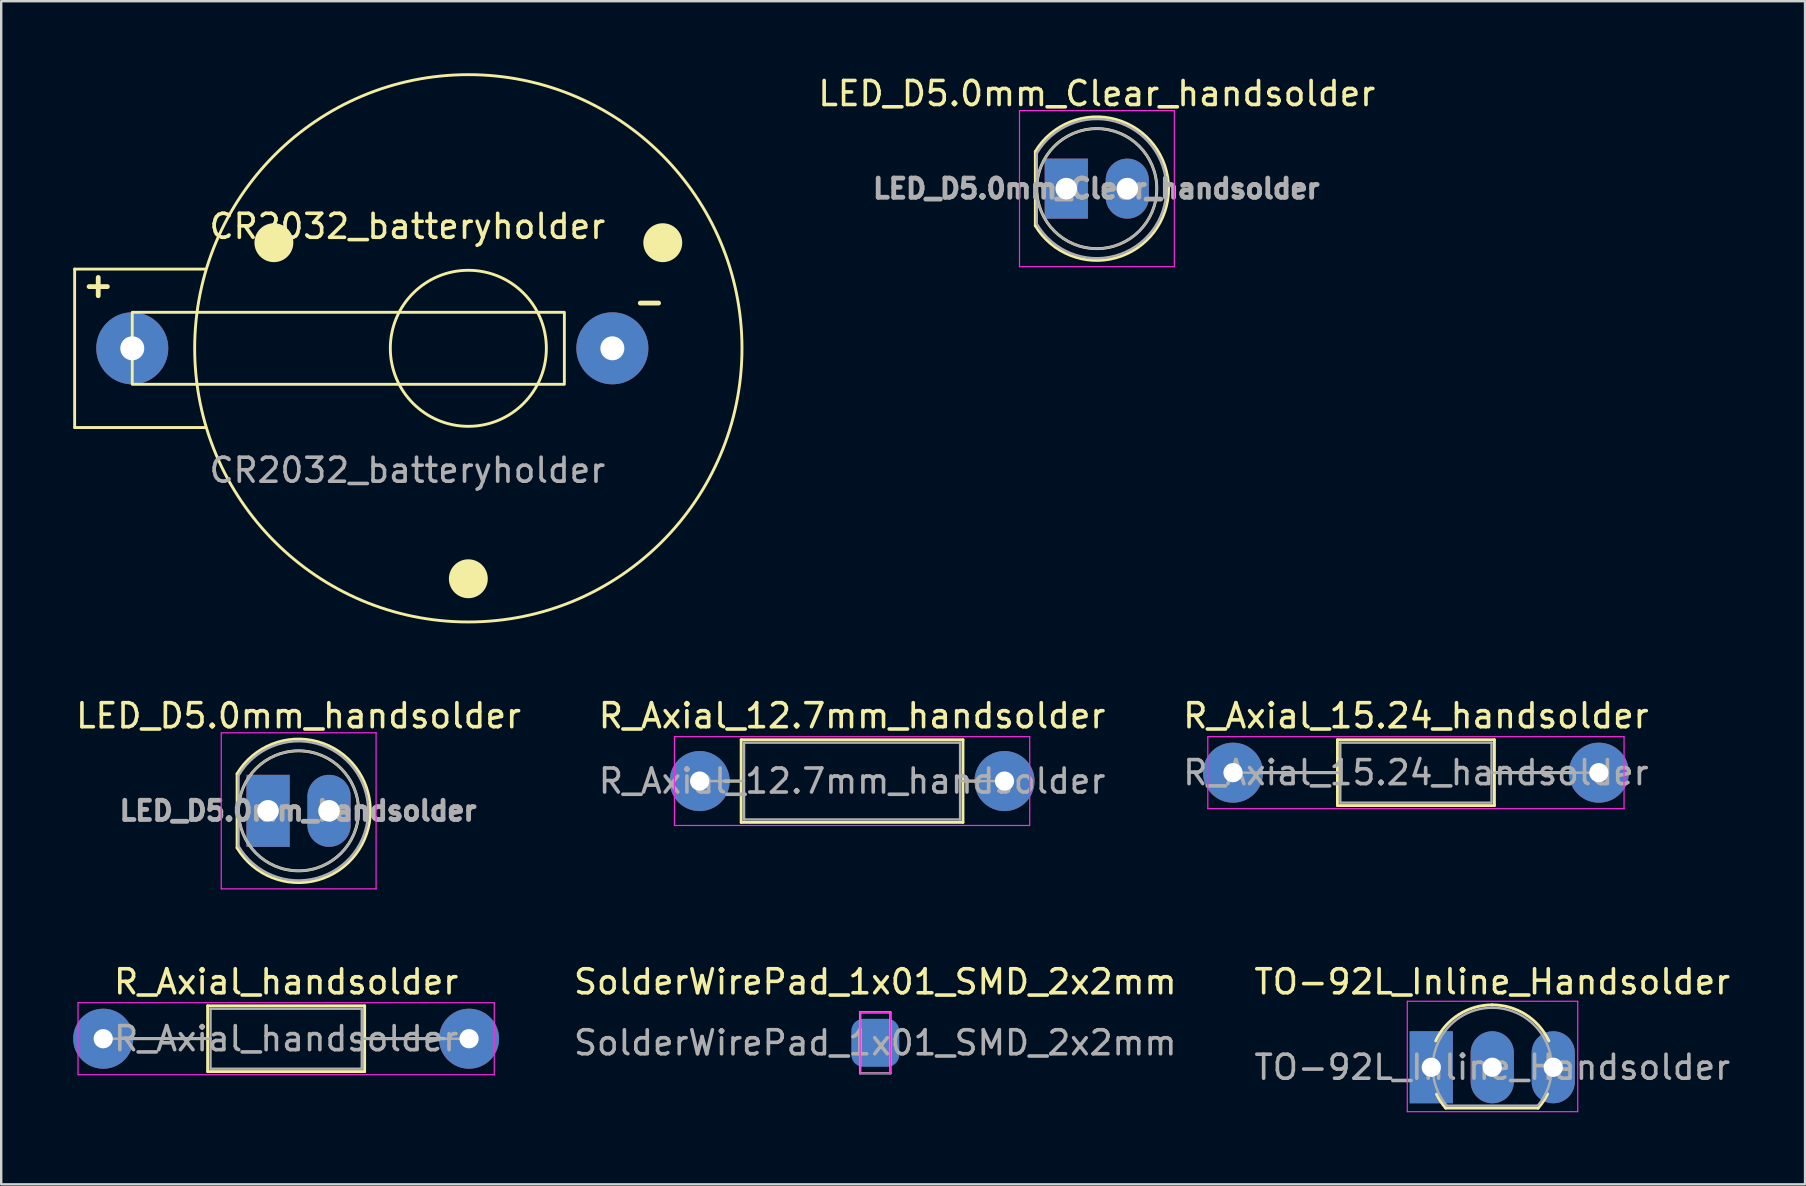
<source format=kicad_pcb>
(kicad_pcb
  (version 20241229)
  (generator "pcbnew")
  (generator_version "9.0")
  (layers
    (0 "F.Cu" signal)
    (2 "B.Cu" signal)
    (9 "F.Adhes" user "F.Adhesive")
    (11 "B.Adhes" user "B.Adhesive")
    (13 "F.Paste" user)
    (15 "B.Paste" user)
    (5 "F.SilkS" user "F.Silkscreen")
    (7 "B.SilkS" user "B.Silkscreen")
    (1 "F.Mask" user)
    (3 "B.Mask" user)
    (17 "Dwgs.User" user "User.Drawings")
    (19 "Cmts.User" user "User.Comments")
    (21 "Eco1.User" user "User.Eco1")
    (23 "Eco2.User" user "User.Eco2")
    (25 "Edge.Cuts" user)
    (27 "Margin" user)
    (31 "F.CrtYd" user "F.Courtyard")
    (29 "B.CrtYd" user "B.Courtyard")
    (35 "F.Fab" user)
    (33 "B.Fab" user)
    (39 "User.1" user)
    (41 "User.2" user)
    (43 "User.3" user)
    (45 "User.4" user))
  (footprint "R_Axial_12.7mm_handsolder"
    (layer "F.Cu")
    (at 26.096 29.488)
    (property "Reference" "R_Axial_12.7mm_handsolder" (at 6.35 -2.72 0) (layer "F.SilkS") (effects (font (size 1 1) (thickness 0.15))))
    (attr through_hole)
    (fp_line (start 1.04 0) (end 1.73 0) (stroke (width 0.12) (type solid)) (layer "F.SilkS"))
    (fp_line (start 1.73 -1.72) (end 1.73 1.72) (stroke (width 0.12) (type solid)) (layer "F.SilkS"))
    (fp_line (start 1.73 1.72) (end 10.97 1.72) (stroke (width 0.12) (type solid)) (layer "F.SilkS"))
    (fp_line (start 10.97 -1.72) (end 1.73 -1.72) (stroke (width 0.12) (type solid)) (layer "F.SilkS"))
    (fp_line (start 10.97 1.72) (end 10.97 -1.72) (stroke (width 0.12) (type solid)) (layer "F.SilkS"))
    (fp_line (start 11.66 0) (end 10.97 0) (stroke (width 0.12) (type solid)) (layer "F.SilkS"))
    (fp_line (start -1.05 -1.85) (end -1.05 1.85) (stroke (width 0.05) (type solid)) (layer "F.CrtYd"))
    (fp_line (start -1.05 1.85) (end 13.75 1.85) (stroke (width 0.05) (type solid)) (layer "F.CrtYd"))
    (fp_line (start 13.75 -1.85) (end -1.05 -1.85) (stroke (width 0.05) (type solid)) (layer "F.CrtYd"))
    (fp_line (start 13.75 1.85) (end 13.75 -1.85) (stroke (width 0.05) (type solid)) (layer "F.CrtYd"))
    (fp_line (start 0 0) (end 1.85 0) (stroke (width 0.1) (type solid)) (layer "F.Fab"))
    (fp_line (start 1.85 -1.6) (end 1.85 1.6) (stroke (width 0.1) (type solid)) (layer "F.Fab"))
    (fp_line (start 1.85 1.6) (end 10.85 1.6) (stroke (width 0.1) (type solid)) (layer "F.Fab"))
    (fp_line (start 10.85 -1.6) (end 1.85 -1.6) (stroke (width 0.1) (type solid)) (layer "F.Fab"))
    (fp_line (start 10.85 1.6) (end 10.85 -1.6) (stroke (width 0.1) (type solid)) (layer "F.Fab"))
    (fp_line (start 12.7 0) (end 10.85 0) (stroke (width 0.1) (type solid)) (layer "F.Fab"))
    (fp_text user "${REFERENCE}" (at 6.35 0 0) (layer "F.Fab") (effects (font (size 1 1) (thickness 0.15))))
    (pad "1" thru_hole circle (at 0 0) (size 2.5 2.5) (drill 0.8) (layers "*.Cu" "*.Mask"))
    (pad "2" thru_hole circle (at 12.7 0) (size 2.5 2.5) (drill 0.8) (layers "*.Cu" "*.Mask")))
  (footprint "SolderWirePad_1x01_SMD_2x2mm"
    (layer "F.Cu")
    (at 33.413 40.392)
    (property "Reference" "SolderWirePad_1x01_SMD_2x2mm" (at 0 -2.54 0) (layer "F.SilkS") (effects (font (size 1 1) (thickness 0.15))))
    (attr exclude_from_pos_files exclude_from_bom)
    (fp_line (start -0.63 -1.27) (end -0.63 1.27) (stroke (width 0.05) (type solid)) (layer "F.CrtYd"))
    (fp_line (start -0.63 1.27) (end 0.63 1.27) (stroke (width 0.05) (type solid)) (layer "F.CrtYd"))
    (fp_line (start 0.63 -1.27) (end -0.63 -1.27) (stroke (width 0.05) (type solid)) (layer "F.CrtYd"))
    (fp_line (start 0.63 1.27) (end 0.63 -1.27) (stroke (width 0.05) (type solid)) (layer "F.CrtYd"))
    (fp_line (start -0.63 -1.27) (end 0.63 -1.27) (stroke (width 0.1) (type solid)) (layer "F.Fab"))
    (fp_line (start -0.63 1.27) (end -0.63 -1.27) (stroke (width 0.1) (type solid)) (layer "F.Fab"))
    (fp_line (start 0.63 -1.27) (end 0.63 1.27) (stroke (width 0.1) (type solid)) (layer "F.Fab"))
    (fp_line (start 0.63 1.27) (end -0.63 1.27) (stroke (width 0.1) (type solid)) (layer "F.Fab"))
    (fp_text user "${REFERENCE}" (at 0 0 0) (layer "F.Fab") (effects (font (size 1 1) (thickness 0.15))))
    (pad "1" smd roundrect (at 0 0) (size 2 2) (layers "B.Cu" "B.Mask" "B.Paste") (roundrect_rratio 0.25)))
  (footprint "R_Axial_handsolder"
    (layer "F.Cu")
    (at 1.25 40.221)
    (property "Reference" "R_Axial_handsolder" (at 7.62 -2.37 0) (layer "F.SilkS") (effects (font (size 1 1) (thickness 0.15))))
    (attr through_hole)
    (fp_line (start 1.04 0) (end 4.35 0) (stroke (width 0.12) (type solid)) (layer "F.SilkS"))
    (fp_line (start 4.35 -1.37) (end 4.35 1.37) (stroke (width 0.12) (type solid)) (layer "F.SilkS"))
    (fp_line (start 4.35 1.37) (end 10.89 1.37) (stroke (width 0.12) (type solid)) (layer "F.SilkS"))
    (fp_line (start 10.89 -1.37) (end 4.35 -1.37) (stroke (width 0.12) (type solid)) (layer "F.SilkS"))
    (fp_line (start 10.89 1.37) (end 10.89 -1.37) (stroke (width 0.12) (type solid)) (layer "F.SilkS"))
    (fp_line (start 14.2 0) (end 10.89 0) (stroke (width 0.12) (type solid)) (layer "F.SilkS"))
    (fp_line (start -1.05 -1.5) (end -1.05 1.5) (stroke (width 0.05) (type solid)) (layer "F.CrtYd"))
    (fp_line (start -1.05 1.5) (end 16.29 1.5) (stroke (width 0.05) (type solid)) (layer "F.CrtYd"))
    (fp_line (start 16.29 -1.5) (end -1.05 -1.5) (stroke (width 0.05) (type solid)) (layer "F.CrtYd"))
    (fp_line (start 16.29 1.5) (end 16.29 -1.5) (stroke (width 0.05) (type solid)) (layer "F.CrtYd"))
    (fp_line (start 0 0) (end 4.47 0) (stroke (width 0.1) (type solid)) (layer "F.Fab"))
    (fp_line (start 4.47 -1.25) (end 4.47 1.25) (stroke (width 0.1) (type solid)) (layer "F.Fab"))
    (fp_line (start 4.47 1.25) (end 10.77 1.25) (stroke (width 0.1) (type solid)) (layer "F.Fab"))
    (fp_line (start 10.77 -1.25) (end 4.47 -1.25) (stroke (width 0.1) (type solid)) (layer "F.Fab"))
    (fp_line (start 10.77 1.25) (end 10.77 -1.25) (stroke (width 0.1) (type solid)) (layer "F.Fab"))
    (fp_line (start 15.24 0) (end 10.77 0) (stroke (width 0.1) (type solid)) (layer "F.Fab"))
    (fp_text user "${REFERENCE}" (at 7.62 0 0) (layer "F.Fab") (effects (font (size 1 1) (thickness 0.15))))
    (pad "1" thru_hole circle (at 0 0) (size 2.5 2.5) (drill 0.8) (layers "*.Cu" "*.Mask"))
    (pad "2" thru_hole circle (at 15.24 0) (size 2.5 2.5) (drill 0.8) (layers "*.Cu" "*.Mask")))
  (footprint "LED_D5.0mm_handsolder"
    (layer "F.Cu")
    (at 8.117 30.728)
    (property "Reference" "LED_D5.0mm_handsolder" (at 1.27 -3.96 0) (layer "F.SilkS") (effects (font (size 1 1) (thickness 0.15))))
    (attr through_hole)
    (fp_line (start -1.29 -1.545) (end -1.29 1.545) (stroke (width 0.12) (type solid)) (layer "F.SilkS"))
    (fp_arc (start -1.29 -1.54483) (mid 2.072002 -2.880433) (end 4.26 0.000462) (stroke (width 0.12) (type solid)) (layer "F.SilkS"))
    (fp_arc (start 4.26 -0.000462) (mid 2.072002 2.880433) (end -1.29 1.54483) (stroke (width 0.12) (type solid)) (layer "F.SilkS"))
    (fp_circle (center 1.27 0) (end 3.77 0) (stroke (width 0.12) (type solid)) (fill no) (layer "F.SilkS"))
    (fp_line (start -1.95 -3.25) (end -1.95 3.25) (stroke (width 0.05) (type solid)) (layer "F.CrtYd"))
    (fp_line (start -1.95 3.25) (end 4.5 3.25) (stroke (width 0.05) (type solid)) (layer "F.CrtYd"))
    (fp_line (start 4.5 -3.25) (end -1.95 -3.25) (stroke (width 0.05) (type solid)) (layer "F.CrtYd"))
    (fp_line (start 4.5 3.25) (end 4.5 -3.25) (stroke (width 0.05) (type solid)) (layer "F.CrtYd"))
    (fp_line (start -1.23 -1.47) (end -1.23 1.47) (stroke (width 0.1) (type solid)) (layer "F.Fab"))
    (fp_arc (start -1.23 -1.469694) (mid 4.17 0.000016) (end -1.230016 1.469666) (stroke (width 0.1) (type solid)) (layer "F.Fab"))
    (fp_circle (center 1.27 0) (end 3.77 0) (stroke (width 0.1) (type solid)) (fill no) (layer "F.Fab"))
    (fp_text user "${REFERENCE}" (at 1.25 0 0) (layer "F.Fab") (effects (font (size 0.8 0.8) (thickness 0.2))))
    (pad "1" thru_hole rect (at 0 0) (size 1.8 3) (drill 0.9) (layers "*.Cu" "*.Mask"))
    (pad "2" thru_hole oval (at 2.54 0) (size 1.8 3) (drill 0.9) (layers "*.Cu" "*.Mask")))
  (footprint "LED_D5.0mm_Clear_handsolder"
    (layer "F.Cu")
    (at 41.37 4.808)
    (property "Reference" "LED_D5.0mm_Clear_handsolder" (at 1.27 -3.96 0) (layer "F.SilkS") (effects (font (size 1 1) (thickness 0.15))))
    (attr through_hole)
    (fp_line (start -1.29 -1.545) (end -1.29 1.545) (stroke (width 0.12) (type solid)) (layer "F.SilkS"))
    (fp_arc (start -1.29 -1.54483) (mid 2.072002 -2.880433) (end 4.26 0.000462) (stroke (width 0.12) (type solid)) (layer "F.SilkS"))
    (fp_arc (start 4.26 -0.000462) (mid 2.072002 2.880433) (end -1.29 1.54483) (stroke (width 0.12) (type solid)) (layer "F.SilkS"))
    (fp_circle (center 1.27 0) (end 3.77 0) (stroke (width 0.12) (type solid)) (fill no) (layer "F.SilkS"))
    (fp_line (start -1.95 -3.25) (end -1.95 3.25) (stroke (width 0.05) (type solid)) (layer "F.CrtYd"))
    (fp_line (start -1.95 3.25) (end 4.5 3.25) (stroke (width 0.05) (type solid)) (layer "F.CrtYd"))
    (fp_line (start 4.5 -3.25) (end -1.95 -3.25) (stroke (width 0.05) (type solid)) (layer "F.CrtYd"))
    (fp_line (start 4.5 3.25) (end 4.5 -3.25) (stroke (width 0.05) (type solid)) (layer "F.CrtYd"))
    (fp_line (start -1.23 -1.47) (end -1.23 1.47) (stroke (width 0.1) (type solid)) (layer "F.Fab"))
    (fp_arc (start -1.23 -1.469694) (mid 4.17 0.000016) (end -1.230016 1.469666) (stroke (width 0.1) (type solid)) (layer "F.Fab"))
    (fp_circle (center 1.27 0) (end 3.77 0) (stroke (width 0.1) (type solid)) (fill no) (layer "F.Fab"))
    (fp_text user "${REFERENCE}" (at 1.25 0 0) (layer "F.Fab") (effects (font (size 0.8 0.8) (thickness 0.2))))
    (pad "1" thru_hole rect (at 0 0) (size 1.8 2.5) (drill 0.9) (layers "*.Cu" "*.Mask"))
    (pad "2" thru_hole oval (at 2.54 0) (size 1.8 2.5) (drill 0.9) (layers "*.Cu" "*.Mask")))
  (footprint "CR2032_batteryholder"
    (layer "F.Cu")
    (at 16.46 11.46)
    (property "Reference" "CR2032_batteryholder" (at -2.54 -5.08 0) (unlocked yes) (layer "F.SilkS") (effects (font (size 1 1) (thickness 0.15))))
    (attr through_hole)
    (fp_line (start -16.4 -3.3) (end -16.4 3.3) (stroke (width 0.12) (type solid)) (layer "F.SilkS"))
    (fp_line (start -16.4 3.3) (end -10.947 3.3) (stroke (width 0.12) (type solid)) (layer "F.SilkS"))
    (fp_line (start -10.947 -3.3) (end -16.4 -3.3) (stroke (width 0.12) (type solid)) (layer "F.SilkS"))
    (fp_rect (start -14 -1.5) (end 4 1.5) (stroke (width 0.12) (type solid)) (fill no) (layer "F.SilkS"))
    (fp_circle (center -8.1 -4.4) (end -7.35 -4.4) (stroke (width 0.12) (type solid)) (fill yes) (layer "F.SilkS"))
    (fp_circle (center 0 0) (end 3.25 0) (stroke (width 0.12) (type solid)) (fill no) (layer "F.SilkS"))
    (fp_circle (center 0 0) (end 11.4 0) (stroke (width 0.12) (type solid)) (fill no) (layer "F.SilkS"))
    (fp_circle (center 0 9.6) (end 0.75 9.6) (stroke (width 0.12) (type solid)) (fill yes) (layer "F.SilkS"))
    (fp_circle (center 8.1 -4.4) (end 8.85 -4.4) (stroke (width 0.12) (type solid)) (fill yes) (layer "F.SilkS"))
    (fp_text user "+" (at -15.418 -2.642 0) (unlocked yes) (layer "F.SilkS") (effects (font (size 1 1) (thickness 0.2))))
    (fp_text user "-" (at 7.544 -1.956 0) (unlocked yes) (layer "F.SilkS") (effects (font (size 1 1) (thickness 0.2))))
    (fp_text user "${REFERENCE}" (at -2.54 5.08 0) (unlocked yes) (layer "F.Fab") (effects (font (size 1 1) (thickness 0.15))))
    (pad "1" thru_hole circle (at -14 0) (size 3 3) (drill 1) (layers "*.Cu" "*.Mask"))
    (pad "2" thru_hole circle (at 6 0) (size 3 3) (drill 1) (layers "*.Cu" "*.Mask"))
    (zone (net_name "") (layer "F.SilkS") (hatch edge 0.508) (connect_pads) (min_thickness 0.254) (filled_areas_thickness no) (keepout (tracks allowed) (vias allowed) (pads not_allowed) (copperpour allowed) (footprints not_allowed)) (placement (enabled no)) (fill) (polygon (pts (xy 8.84 6.456) (xy 9.094 6.837) (xy 9.069 7.294) (xy 8.865 7.65) (xy 8.535 7.802) (xy 8.053 7.726) (xy 7.748 7.498) (xy 7.61 7.142) (xy 7.621 6.939) (xy 7.722 6.634) (xy 8.002 6.38) (xy 8.51 6.329))))
    (zone (net_name "") (layer "F.SilkS") (hatch edge 0.508) (connect_pads) (min_thickness 0.254) (filled_areas_thickness no) (keepout (tracks allowed) (vias allowed) (pads not_allowed) (copperpour allowed) (footprints not_allowed)) (placement (enabled no)) (fill) (polygon (pts (xy 16.968 20.452) (xy 17.222 20.833) (xy 17.197 21.29) (xy 16.993 21.645) (xy 16.663 21.798) (xy 16.181 21.722) (xy 15.876 21.493) (xy 15.738 21.137) (xy 15.749 20.934) (xy 15.85 20.629) (xy 16.13 20.375) (xy 16.638 20.325))))
    (zone (net_name "") (layer "F.SilkS") (hatch edge 0.508) (connect_pads) (min_thickness 0.254) (filled_areas_thickness no) (keepout (tracks allowed) (vias allowed) (pads not_allowed) (copperpour allowed) (footprints not_allowed)) (placement (enabled no)) (fill) (polygon (pts (xy 25.02 6.456) (xy 25.274 6.837) (xy 25.248 7.294) (xy 25.045 7.65) (xy 24.715 7.802) (xy 24.232 7.726) (xy 23.928 7.498) (xy 23.79 7.142) (xy 23.801 6.939) (xy 23.902 6.634) (xy 24.182 6.38) (xy 24.69 6.329)))))
  (footprint "R_Axial_15.24_handsolder"
    (layer "F.Cu")
    (at 48.315 29.138)
    (property "Reference" "R_Axial_15.24_handsolder" (at 7.62 -2.37 0) (layer "F.SilkS") (effects (font (size 1 1) (thickness 0.15))))
    (attr through_hole)
    (fp_line (start 1.04 0) (end 4.35 0) (stroke (width 0.12) (type solid)) (layer "F.SilkS"))
    (fp_line (start 4.35 -1.37) (end 4.35 1.37) (stroke (width 0.12) (type solid)) (layer "F.SilkS"))
    (fp_line (start 4.35 1.37) (end 10.89 1.37) (stroke (width 0.12) (type solid)) (layer "F.SilkS"))
    (fp_line (start 10.89 -1.37) (end 4.35 -1.37) (stroke (width 0.12) (type solid)) (layer "F.SilkS"))
    (fp_line (start 10.89 1.37) (end 10.89 -1.37) (stroke (width 0.12) (type solid)) (layer "F.SilkS"))
    (fp_line (start 14.2 0) (end 10.89 0) (stroke (width 0.12) (type solid)) (layer "F.SilkS"))
    (fp_line (start -1.05 -1.5) (end -1.05 1.5) (stroke (width 0.05) (type solid)) (layer "F.CrtYd"))
    (fp_line (start -1.05 1.5) (end 16.29 1.5) (stroke (width 0.05) (type solid)) (layer "F.CrtYd"))
    (fp_line (start 16.29 -1.5) (end -1.05 -1.5) (stroke (width 0.05) (type solid)) (layer "F.CrtYd"))
    (fp_line (start 16.29 1.5) (end 16.29 -1.5) (stroke (width 0.05) (type solid)) (layer "F.CrtYd"))
    (fp_line (start 0 0) (end 4.47 0) (stroke (width 0.1) (type solid)) (layer "F.Fab"))
    (fp_line (start 4.47 -1.25) (end 4.47 1.25) (stroke (width 0.1) (type solid)) (layer "F.Fab"))
    (fp_line (start 4.47 1.25) (end 10.77 1.25) (stroke (width 0.1) (type solid)) (layer "F.Fab"))
    (fp_line (start 10.77 -1.25) (end 4.47 -1.25) (stroke (width 0.1) (type solid)) (layer "F.Fab"))
    (fp_line (start 10.77 1.25) (end 10.77 -1.25) (stroke (width 0.1) (type solid)) (layer "F.Fab"))
    (fp_line (start 15.24 0) (end 10.77 0) (stroke (width 0.1) (type solid)) (layer "F.Fab"))
    (fp_text user "${REFERENCE}" (at 7.62 0 0) (layer "F.Fab") (effects (font (size 1 1) (thickness 0.15))))
    (pad "1" thru_hole circle (at 0 0) (size 2.5 2.5) (drill 0.8) (layers "*.Cu" "*.Mask"))
    (pad "2" thru_hole circle (at 15.24 0) (size 2.5 2.5) (drill 0.8) (layers "*.Cu" "*.Mask")))
  (footprint "TO-92L_Inline_Handsolder"
    (layer "F.Cu")
    (at 56.575 41.411)
    (property "Reference" "TO-92L_Inline_Handsolder" (at 2.54 -3.56 0) (layer "F.SilkS") (effects (font (size 1 1) (thickness 0.15))))
    (attr through_hole)
    (fp_line (start 0.6 1.7) (end 4.45 1.7) (stroke (width 0.12) (type solid)) (layer "F.SilkS"))
    (fp_arc (start 0.1836 -1.098807) (mid 1.143021 -2.192817) (end 2.54 -2.6) (stroke (width 0.12) (type solid)) (layer "F.SilkS"))
    (fp_arc (start 0.6 1.7) (mid 0.389183 1.423933) (end 0.217369 1.122045) (stroke (width 0.12) (type solid)) (layer "F.SilkS"))
    (fp_arc (start 2.54 -2.6) (mid 3.936979 -2.192818) (end 4.8964 -1.098807) (stroke (width 0.12) (type solid)) (layer "F.SilkS"))
    (fp_arc (start 4.842383 1.112264) (mid 4.666594 1.419753) (end 4.45 1.7) (stroke (width 0.12) (type solid)) (layer "F.SilkS"))
    (fp_line (start -1 -2.75) (end -1 1.85) (stroke (width 0.05) (type solid)) (layer "F.CrtYd"))
    (fp_line (start -1 -2.75) (end 6.1 -2.75) (stroke (width 0.05) (type solid)) (layer "F.CrtYd"))
    (fp_line (start 6.1 1.85) (end -1 1.85) (stroke (width 0.05) (type solid)) (layer "F.CrtYd"))
    (fp_line (start 6.1 1.85) (end 6.1 -2.75) (stroke (width 0.05) (type solid)) (layer "F.CrtYd"))
    (fp_line (start 0.65 1.6) (end 4.4 1.6) (stroke (width 0.1) (type solid)) (layer "F.Fab"))
    (fp_arc (start 0.647182 1.602385) (mid 0.290076 -1.043188) (end 2.54 -2.48) (stroke (width 0.1) (type solid)) (layer "F.Fab"))
    (fp_arc (start 2.54 -2.48) (mid 4.787211 -1.049019) (end 4.441103 1.592547) (stroke (width 0.1) (type solid)) (layer "F.Fab"))
    (fp_text user "${REFERENCE}" (at 2.54 0 0) (layer "F.Fab") (effects (font (size 1 1) (thickness 0.15))))
    (pad "1" thru_hole rect (at 0 0) (size 1.8 3) (drill 0.8) (layers "*.Cu" "*.Mask"))
    (pad "2" thru_hole oval (at 2.54 0) (size 1.8 3) (drill 0.8) (layers "*.Cu" "*.Mask"))
    (pad "3" thru_hole oval (at 5.08 0) (size 1.8 3) (drill 0.8) (layers "*.Cu" "*.Mask")))
  (gr_rect
    (start -3 -3)
    (end 72.145 46.286)
    (stroke (width 0.1) (type default))
    (fill no)
    (layer "Edge.Cuts")))
</source>
